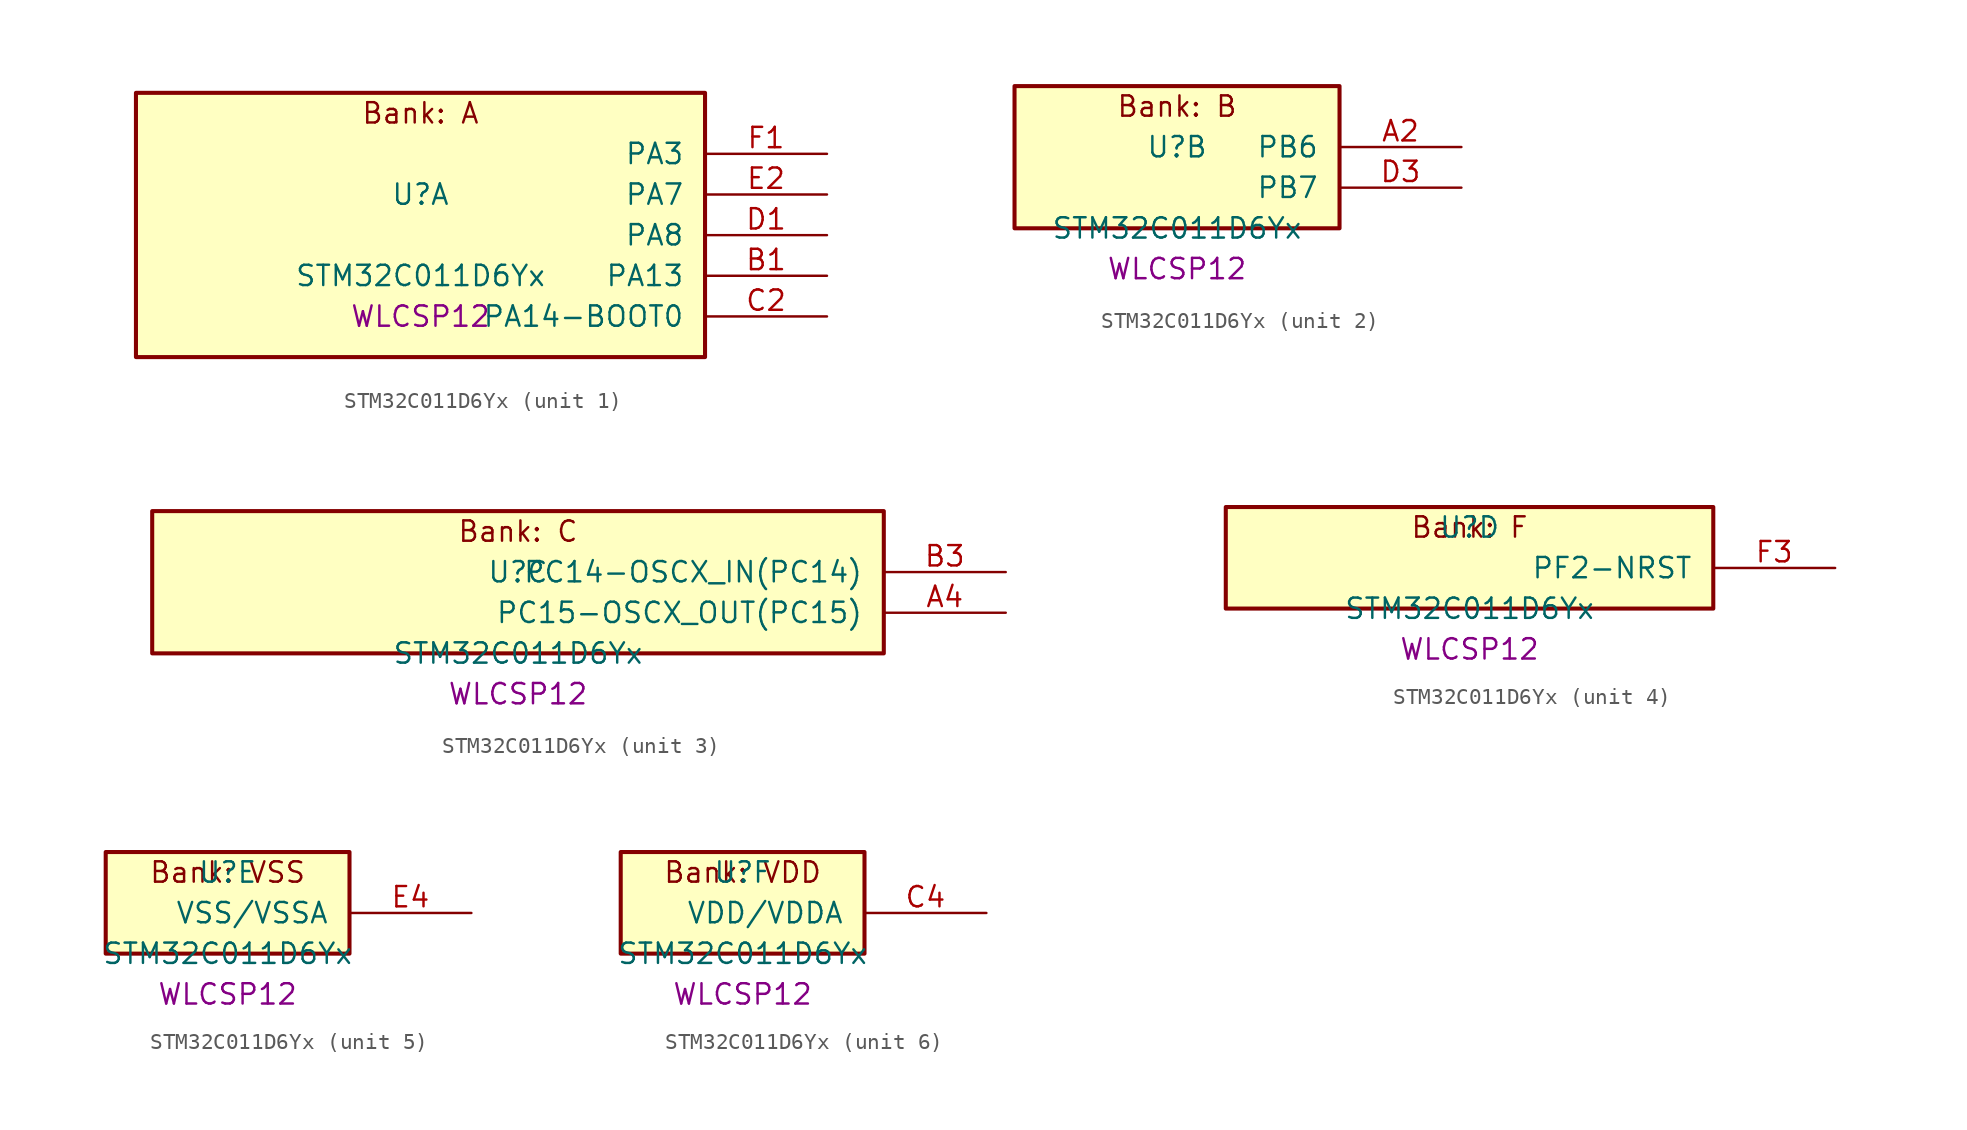
<source format=kicad_sym>
(kicad_symbol_lib
  (version 20241209)
  (generator "stm32_pkl_generator")
  (generator_version "1.0")
  (symbol "STM32C011D6Yx"
    (pin_names
      (offset 1.27))
    (property "Reference" "U"
      (at 0 2.54 0))
    (property "Value" "STM32C011D6Yx"
      (at 0 -2.54 0))
    (property "Footprint" "WLCSP12"
      (at 0 -5.08 0))
    (symbol "STM32C011D6Yx_1_1"
      (rectangle (start -17.78 8.89) (end 17.78 -7.62) (stroke (width 0.254) (type solid)) (fill (type background)))
      (text "Bank: A" (at 0 7.62 0))
      (pin bidirectional line (at 25.4 5.08 180) (length 7.62) (name "PA3") (number "F1") (alternate "PA3/ADC1_IN3" bidirectional line) (alternate "PA3/TIM1_CH1N" bidirectional line) (alternate "PA3/TIM1_CH4" bidirectional line) (alternate "PA3/USART2_RX" bidirectional line) (alternate "PA3/PA4" bidirectional line) (alternate "PA3/ADC1_IN4" bidirectional line) (alternate "PA3/I2S1_WS" bidirectional line) (alternate "PA3/PWR_WKUP2" bidirectional line) (alternate "PA3/RTC_OUT1" bidirectional line) (alternate "PA3/RTC_TS" bidirectional line) (alternate "PA3/SPI1_NSS" bidirectional line) (alternate "PA3/TIM14_CH1" bidirectional line) (alternate "PA3/TIM17_CH1N" bidirectional line) (alternate "PA3/TIM1_CH2N" bidirectional line) (alternate "PA3/USART2_TX" bidirectional line) (alternate "PA3/PA5" bidirectional line) (alternate "PA3/ADC1_IN5" bidirectional line) (alternate "PA3/I2S1_CK" bidirectional line) (alternate "PA3/SPI1_SCK" bidirectional line) (alternate "PA3/TIM1_CH1" bidirectional line) (alternate "PA3/TIM1_CH3N" bidirectional line) (alternate "PA3/PA6" bidirectional line) (alternate "PA3/ADC1_IN6" bidirectional line) (alternate "PA3/I2S1_MCK" bidirectional line) (alternate "PA3/SPI1_MISO" bidirectional line) (alternate "PA3/TIM16_CH1" bidirectional line) (alternate "PA3/TIM1_BKIN" bidirectional line) (alternate "PA3/TIM3_CH1" bidirectional line))
      (pin bidirectional line (at 25.4 2.54 180) (length 7.62) (name "PA7") (number "E2") (alternate "PA7/ADC1_IN7" bidirectional line) (alternate "PA7/I2S1_SD" bidirectional line) (alternate "PA7/SPI1_MOSI" bidirectional line) (alternate "PA7/TIM14_CH1" bidirectional line) (alternate "PA7/TIM17_CH1" bidirectional line) (alternate "PA7/TIM1_CH1N" bidirectional line) (alternate "PA7/TIM3_CH2" bidirectional line) (alternate "PA7/PA10[PA12]" bidirectional line) (alternate "PA7/I2C1_SDA" bidirectional line) (alternate "PA7/RCC_MCO_2" bidirectional line) (alternate "PA7/TIM17_BKIN" bidirectional line) (alternate "PA7/TIM1_CH3" bidirectional line) (alternate "PA7/USART1_RX" bidirectional line) (alternate "PA7/PA12[PA10]" bidirectional line) (alternate "PA7/ADC1_IN12" bidirectional line) (alternate "PA7/I2S_CKIN" bidirectional line) (alternate "PA7/TIM1_ETR" bidirectional line) (alternate "PA7/USART1_CK" bidirectional line) (alternate "PA7/USART1_DE" bidirectional line) (alternate "PA7/USART1_RTS" bidirectional line))
      (pin bidirectional line (at 25.4 0 180) (length 7.62) (name "PA8") (number "D1") (alternate "PA8/ADC1_IN8" bidirectional line) (alternate "PA8/I2S1_WS" bidirectional line) (alternate "PA8/RCC_MCO" bidirectional line) (alternate "PA8/RCC_MCO_2" bidirectional line) (alternate "PA8/SPI1_NSS" bidirectional line) (alternate "PA8/TIM14_CH1" bidirectional line) (alternate "PA8/TIM1_CH1" bidirectional line) (alternate "PA8/TIM1_CH2N" bidirectional line) (alternate "PA8/TIM1_CH3N" bidirectional line) (alternate "PA8/TIM3_CH3" bidirectional line) (alternate "PA8/TIM3_CH4" bidirectional line) (alternate "PA8/USART1_RX" bidirectional line) (alternate "PA8/USART2_TX" bidirectional line) (alternate "PA8/PA9[PA11]" bidirectional line) (alternate "PA8/I2C1_SCL" bidirectional line) (alternate "PA8/TIM1_CH2" bidirectional line) (alternate "PA8/TIM3_ETR" bidirectional line) (alternate "PA8/USART1_TX" bidirectional line) (alternate "PA8/PA11[PA9]" bidirectional line) (alternate "PA8/ADC1_EXTI11" bidirectional line) (alternate "PA8/ADC1_IN11" bidirectional line) (alternate "PA8/I2S1_MCK" bidirectional line) (alternate "PA8/SPI1_MISO" bidirectional line) (alternate "PA8/TIM1_BKIN2" bidirectional line) (alternate "PA8/TIM1_CH4" bidirectional line) (alternate "PA8/USART1_CTS" bidirectional line) (alternate "PA8/USART1_NSS" bidirectional line))
      (pin bidirectional line (at 25.4 -2.54 180) (length 7.62) (name "PA13") (number "B1") (alternate "PA13/ADC1_IN13" bidirectional line) (alternate "PA13/DEBUG_SWDIO" bidirectional line) (alternate "PA13/IR_OUT" bidirectional line) (alternate "PA13/TIM3_ETR" bidirectional line) (alternate "PA13/USART2_RX" bidirectional line))
      (pin bidirectional line (at 25.4 -5.08 180) (length 7.62) (name "PA14-BOOT0") (number "C2") (alternate "PA14-BOOT0/ADC1_IN14" bidirectional line) (alternate "PA14-BOOT0/DEBUG_SWCLK" bidirectional line) (alternate "PA14-BOOT0/I2S1_WS" bidirectional line) (alternate "PA14-BOOT0/RCC_MCO_2" bidirectional line) (alternate "PA14-BOOT0/SPI1_NSS" bidirectional line) (alternate "PA14-BOOT0/TIM1_CH1" bidirectional line) (alternate "PA14-BOOT0/USART1_CK" bidirectional line) (alternate "PA14-BOOT0/USART1_DE" bidirectional line) (alternate "PA14-BOOT0/USART1_RTS" bidirectional line) (alternate "PA14-BOOT0/USART2_RX" bidirectional line) (alternate "PA14-BOOT0/USART2_TX" bidirectional line)))
    (symbol "STM32C011D6Yx_2_1"
      (rectangle (start -10.16 6.35) (end 10.16 -2.54) (stroke (width 0.254) (type solid)) (fill (type background)))
      (text "Bank: B" (at 0 5.08 0))
      (pin bidirectional line (at 17.78 2.54 180) (length 7.62) (name "PB6") (number "A2") (alternate "PB6/I2C1_SCL" bidirectional line) (alternate "PB6/I2C1_SMBA" bidirectional line) (alternate "PB6/I2S1_CK" bidirectional line) (alternate "PB6/I2S1_MCK" bidirectional line) (alternate "PB6/I2S1_SD" bidirectional line) (alternate "PB6/PWR_WKUP3" bidirectional line) (alternate "PB6/SPI1_MISO" bidirectional line) (alternate "PB6/SPI1_MOSI" bidirectional line) (alternate "PB6/SPI1_SCK" bidirectional line) (alternate "PB6/TIM16_BKIN" bidirectional line) (alternate "PB6/TIM16_CH1N" bidirectional line) (alternate "PB6/TIM17_BKIN" bidirectional line) (alternate "PB6/TIM1_CH2" bidirectional line) (alternate "PB6/TIM1_CH3" bidirectional line) (alternate "PB6/TIM3_CH1" bidirectional line) (alternate "PB6/TIM3_CH2" bidirectional line) (alternate "PB6/TIM3_CH3" bidirectional line) (alternate "PB6/USART1_CK" bidirectional line) (alternate "PB6/USART1_CTS" bidirectional line) (alternate "PB6/USART1_DE" bidirectional line) (alternate "PB6/USART1_NSS" bidirectional line) (alternate "PB6/USART1_RTS" bidirectional line) (alternate "PB6/USART1_TX" bidirectional line))
      (pin bidirectional line (at 17.78 0 180) (length 7.62) (name "PB7") (number "D3") (alternate "PB7/I2C1_SCL" bidirectional line) (alternate "PB7/I2C1_SDA" bidirectional line) (alternate "PB7/RTC_REFIN" bidirectional line) (alternate "PB7/TIM16_CH1" bidirectional line) (alternate "PB7/TIM17_CH1N" bidirectional line) (alternate "PB7/TIM1_CH4" bidirectional line) (alternate "PB7/TIM3_CH1" bidirectional line) (alternate "PB7/TIM3_CH4" bidirectional line) (alternate "PB7/USART1_RX" bidirectional line) (alternate "PB7/USART2_CTS" bidirectional line) (alternate "PB7/USART2_NSS" bidirectional line)))
    (symbol "STM32C011D6Yx_3_1"
      (rectangle (start -22.86 6.35) (end 22.86 -2.54) (stroke (width 0.254) (type solid)) (fill (type background)))
      (text "Bank: C" (at 0 5.08 0))
      (pin bidirectional line (at 30.48 2.54 180) (length 7.62) (name "PC14-OSCX_IN(PC14)") (number "B3") (alternate "PC14-OSCX_IN(PC14)/I2C1_SDA" bidirectional line) (alternate "PC14-OSCX_IN(PC14)/IR_OUT" bidirectional line) (alternate "PC14-OSCX_IN(PC14)/RCC_OSCX_IN" bidirectional line) (alternate "PC14-OSCX_IN(PC14)/TIM17_CH1" bidirectional line) (alternate "PC14-OSCX_IN(PC14)/TIM1_BKIN2" bidirectional line) (alternate "PC14-OSCX_IN(PC14)/TIM1_ETR" bidirectional line) (alternate "PC14-OSCX_IN(PC14)/TIM3_CH2" bidirectional line) (alternate "PC14-OSCX_IN(PC14)/USART1_TX" bidirectional line) (alternate "PC14-OSCX_IN(PC14)/USART2_CK" bidirectional line) (alternate "PC14-OSCX_IN(PC14)/USART2_DE" bidirectional line) (alternate "PC14-OSCX_IN(PC14)/USART2_RTS" bidirectional line))
      (pin bidirectional line (at 30.48 0 180) (length 7.62) (name "PC15-OSCX_OUT(PC15)") (number "A4") (alternate "PC15-OSCX_OUT(PC15)/RCC_OSC32_EN" bidirectional line) (alternate "PC15-OSCX_OUT(PC15)/RCC_OSCX_OUT" bidirectional line) (alternate "PC15-OSCX_OUT(PC15)/RCC_OSC_EN" bidirectional line) (alternate "PC15-OSCX_OUT(PC15)/TIM1_ETR" bidirectional line) (alternate "PC15-OSCX_OUT(PC15)/TIM3_CH3" bidirectional line)))
    (symbol "STM32C011D6Yx_4_1"
      (rectangle (start -15.24 3.81) (end 15.24 -2.54) (stroke (width 0.254) (type solid)) (fill (type background)))
      (text "Bank: F" (at 0 2.54 0))
      (pin bidirectional line (at 22.86 0 180) (length 7.62) (name "PF2-NRST") (number "F3") (alternate "PF2-NRST/RCC_MCO" bidirectional line) (alternate "PF2-NRST/TIM1_CH4" bidirectional line) (alternate "PF2-NRST/PA0" bidirectional line) (alternate "PF2-NRST/ADC1_IN0" bidirectional line) (alternate "PF2-NRST/PWR_WKUP1" bidirectional line) (alternate "PF2-NRST/TIM16_CH1" bidirectional line) (alternate "PF2-NRST/TIM1_CH1" bidirectional line) (alternate "PF2-NRST/USART1_TX" bidirectional line) (alternate "PF2-NRST/USART2_CTS" bidirectional line) (alternate "PF2-NRST/USART2_NSS" bidirectional line) (alternate "PF2-NRST/PA1" bidirectional line) (alternate "PF2-NRST/ADC1_IN1" bidirectional line) (alternate "PF2-NRST/I2C1_SMBA" bidirectional line) (alternate "PF2-NRST/I2S1_CK" bidirectional line) (alternate "PF2-NRST/SPI1_SCK" bidirectional line) (alternate "PF2-NRST/TIM17_CH1" bidirectional line) (alternate "PF2-NRST/TIM1_CH2" bidirectional line) (alternate "PF2-NRST/USART1_RX" bidirectional line) (alternate "PF2-NRST/USART2_CK" bidirectional line) (alternate "PF2-NRST/USART2_DE" bidirectional line) (alternate "PF2-NRST/USART2_RTS" bidirectional line) (alternate "PF2-NRST/PA2" bidirectional line) (alternate "PF2-NRST/ADC1_IN2" bidirectional line) (alternate "PF2-NRST/I2S1_SD" bidirectional line) (alternate "PF2-NRST/PWR_WKUP4" bidirectional line) (alternate "PF2-NRST/RCC_LSCO" bidirectional line) (alternate "PF2-NRST/SPI1_MOSI" bidirectional line) (alternate "PF2-NRST/TIM16_CH1N" bidirectional line) (alternate "PF2-NRST/TIM1_CH3" bidirectional line) (alternate "PF2-NRST/TIM3_ETR" bidirectional line) (alternate "PF2-NRST/USART2_TX" bidirectional line)))
    (symbol "STM32C011D6Yx_5_1"
      (rectangle (start -7.62 3.81) (end 7.62 -2.54) (stroke (width 0.254) (type solid)) (fill (type background)))
      (text "Bank: VSS" (at 0 2.54 0))
      (pin power_in line (at 15.24 0 180) (length 7.62) (name "VSS/VSSA") (number "E4")))
    (symbol "STM32C011D6Yx_6_1"
      (rectangle (start -7.62 3.81) (end 7.62 -2.54) (stroke (width 0.254) (type solid)) (fill (type background)))
      (text "Bank: VDD" (at 0 2.54 0))
      (pin power_in line (at 15.24 0 180) (length 7.62) (name "VDD/VDDA") (number "C4")))))
</source>
